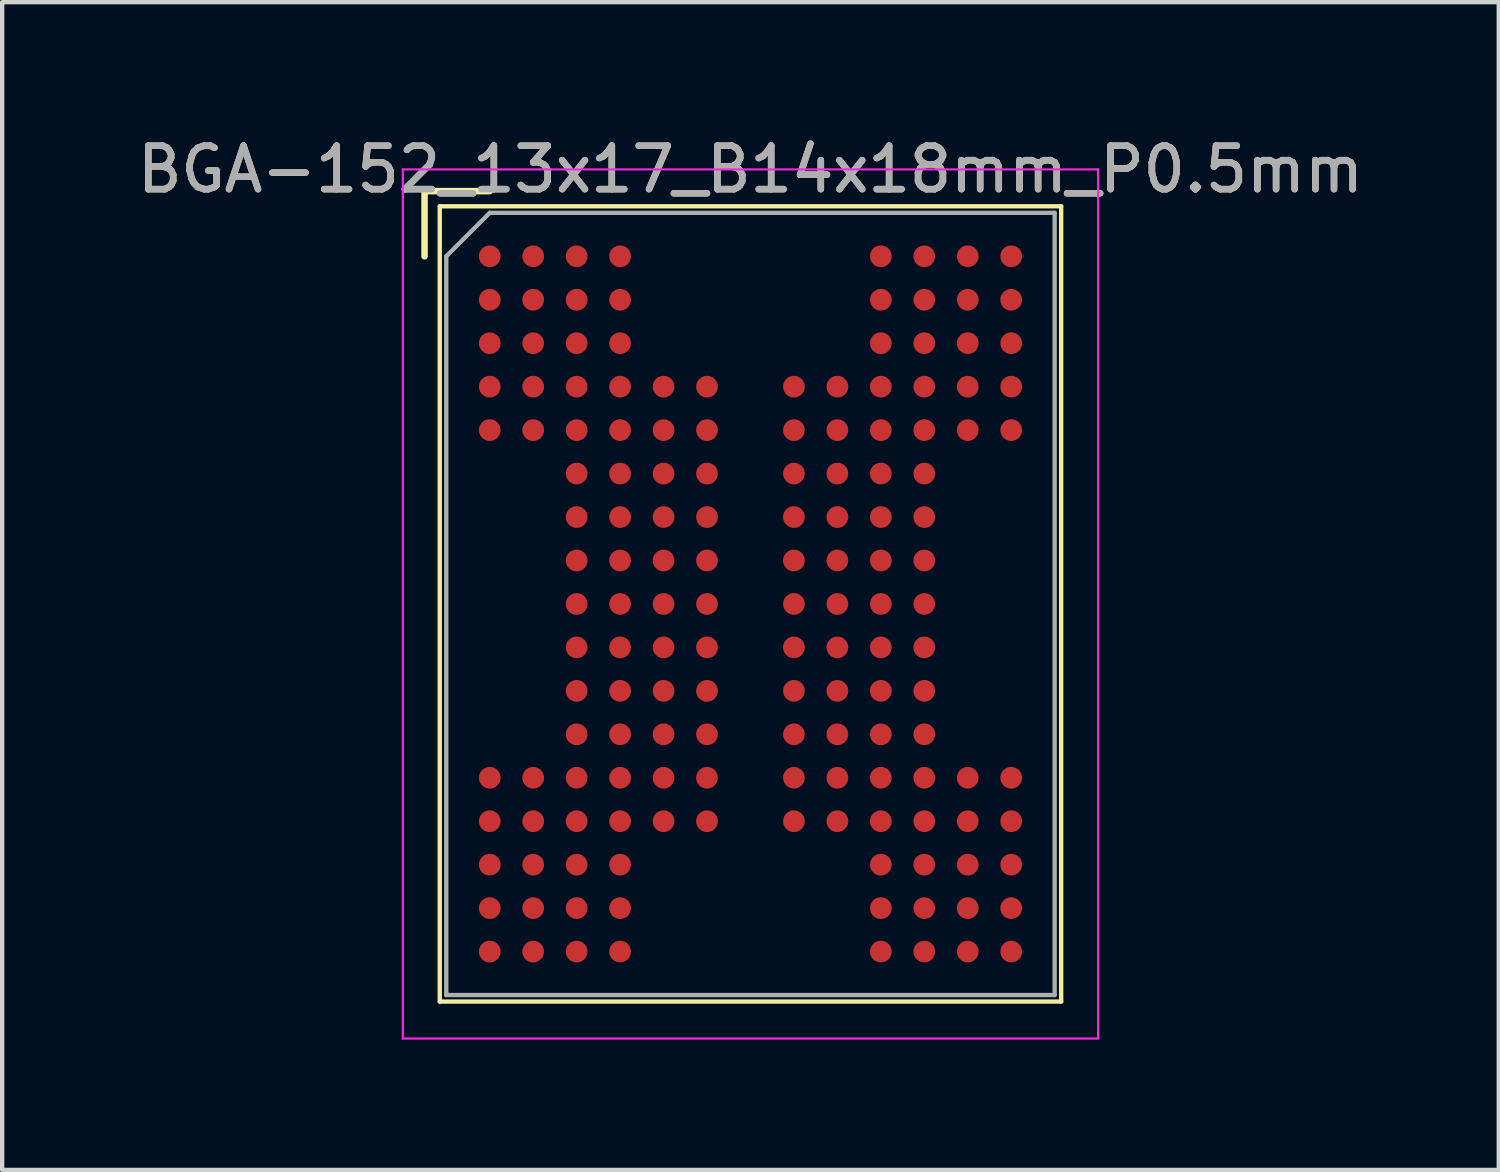
<source format=kicad_pcb>
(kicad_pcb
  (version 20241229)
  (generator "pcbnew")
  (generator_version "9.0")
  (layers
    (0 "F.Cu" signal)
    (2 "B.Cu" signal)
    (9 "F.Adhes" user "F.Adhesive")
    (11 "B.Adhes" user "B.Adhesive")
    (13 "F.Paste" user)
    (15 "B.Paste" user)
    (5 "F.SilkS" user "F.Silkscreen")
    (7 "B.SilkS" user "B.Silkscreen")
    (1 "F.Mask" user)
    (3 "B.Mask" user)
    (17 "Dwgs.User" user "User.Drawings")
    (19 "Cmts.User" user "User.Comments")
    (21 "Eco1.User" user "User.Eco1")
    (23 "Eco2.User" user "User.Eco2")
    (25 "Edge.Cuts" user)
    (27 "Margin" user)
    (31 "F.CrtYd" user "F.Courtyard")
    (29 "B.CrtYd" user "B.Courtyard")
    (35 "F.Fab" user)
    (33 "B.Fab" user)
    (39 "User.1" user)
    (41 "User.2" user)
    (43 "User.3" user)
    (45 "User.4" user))
  (footprint "BGA-152_13x17_B14x18mm_P0.5mm"
    (layer "F.Cu")
    (at 14.22 10.848)
    (property "Reference" "BGA-152_13x17_B14x18mm_P0.5mm" (at 0 -10 0) (layer "F.SilkS") (effects (font (size 1 1) (thickness 0.15))))
    (attr smd)
    (fp_line (start -7.5 -9.5) (end -6 -9.5) (stroke (width 0.15) (type solid)) (layer "F.SilkS"))
    (fp_line (start -7.5 -8) (end -7.5 -9.5) (stroke (width 0.15) (type solid)) (layer "F.SilkS"))
    (fp_line (start -7.15 -9.15) (end 7.15 -9.15) (stroke (width 0.1) (type solid)) (layer "F.SilkS"))
    (fp_line (start -7.15 9.15) (end -7.15 -9.15) (stroke (width 0.1) (type solid)) (layer "F.SilkS"))
    (fp_line (start 7.15 -9.15) (end 7.15 9.15) (stroke (width 0.1) (type solid)) (layer "F.SilkS"))
    (fp_line (start 7.15 9.15) (end -7.15 9.15) (stroke (width 0.1) (type solid)) (layer "F.SilkS"))
    (fp_line (start -8 -10) (end 8 -10) (stroke (width 0.05) (type solid)) (layer "F.CrtYd"))
    (fp_line (start -8 10) (end -8 -10) (stroke (width 0.05) (type solid)) (layer "F.CrtYd"))
    (fp_line (start 8 -10) (end 8 10) (stroke (width 0.05) (type solid)) (layer "F.CrtYd"))
    (fp_line (start 8 10) (end -8 10) (stroke (width 0.05) (type solid)) (layer "F.CrtYd"))
    (fp_line (start -7 -8) (end -7 9) (stroke (width 0.1) (type solid)) (layer "F.Fab"))
    (fp_line (start -7 9) (end 7 9) (stroke (width 0.1) (type solid)) (layer "F.Fab"))
    (fp_line (start -6 -9) (end -7 -8) (stroke (width 0.1) (type solid)) (layer "F.Fab"))
    (fp_line (start 7 -9) (end -6 -9) (stroke (width 0.1) (type solid)) (layer "F.Fab"))
    (fp_line (start 7 9) (end 7 -9) (stroke (width 0.1) (type solid)) (layer "F.Fab"))
    (fp_text user "${REFERENCE}" (at 0 -10 0) (layer "F.Fab") (effects (font (size 1 1) (thickness 0.15))))
    (pad "A1" smd circle (at -6 -8) (size 0.5 0.5) (layers "F.Cu" "F.Mask" "F.Paste"))
    (pad "A2" smd circle (at -5 -8) (size 0.5 0.5) (layers "F.Cu" "F.Mask" "F.Paste"))
    (pad "A3" smd circle (at -4 -8) (size 0.5 0.5) (layers "F.Cu" "F.Mask" "F.Paste"))
    (pad "A4" smd circle (at -3 -8) (size 0.5 0.5) (layers "F.Cu" "F.Mask" "F.Paste"))
    (pad "A10" smd circle (at 3 -8) (size 0.5 0.5) (layers "F.Cu" "F.Mask" "F.Paste"))
    (pad "A11" smd circle (at 4 -8) (size 0.5 0.5) (layers "F.Cu" "F.Mask" "F.Paste"))
    (pad "A12" smd circle (at 5 -8) (size 0.5 0.5) (layers "F.Cu" "F.Mask" "F.Paste"))
    (pad "A13" smd circle (at 6 -8) (size 0.5 0.5) (layers "F.Cu" "F.Mask" "F.Paste"))
    (pad "B1" smd circle (at -6 -7) (size 0.5 0.5) (layers "F.Cu" "F.Mask" "F.Paste"))
    (pad "B2" smd circle (at -5 -7) (size 0.5 0.5) (layers "F.Cu" "F.Mask" "F.Paste"))
    (pad "B3" smd circle (at -4 -7) (size 0.5 0.5) (layers "F.Cu" "F.Mask" "F.Paste"))
    (pad "B4" smd circle (at -3 -7) (size 0.5 0.5) (layers "F.Cu" "F.Mask" "F.Paste"))
    (pad "B10" smd circle (at 3 -7) (size 0.5 0.5) (layers "F.Cu" "F.Mask" "F.Paste"))
    (pad "B11" smd circle (at 4 -7) (size 0.5 0.5) (layers "F.Cu" "F.Mask" "F.Paste"))
    (pad "B12" smd circle (at 5 -7) (size 0.5 0.5) (layers "F.Cu" "F.Mask" "F.Paste"))
    (pad "B13" smd circle (at 6 -7) (size 0.5 0.5) (layers "F.Cu" "F.Mask" "F.Paste"))
    (pad "C1" smd circle (at -6 -6) (size 0.5 0.5) (layers "F.Cu" "F.Mask" "F.Paste"))
    (pad "C2" smd circle (at -5 -6) (size 0.5 0.5) (layers "F.Cu" "F.Mask" "F.Paste"))
    (pad "C3" smd circle (at -4 -6) (size 0.5 0.5) (layers "F.Cu" "F.Mask" "F.Paste"))
    (pad "C4" smd circle (at -3 -6) (size 0.5 0.5) (layers "F.Cu" "F.Mask" "F.Paste"))
    (pad "C10" smd circle (at 3 -6) (size 0.5 0.5) (layers "F.Cu" "F.Mask" "F.Paste"))
    (pad "C11" smd circle (at 4 -6) (size 0.5 0.5) (layers "F.Cu" "F.Mask" "F.Paste"))
    (pad "C12" smd circle (at 5 -6) (size 0.5 0.5) (layers "F.Cu" "F.Mask" "F.Paste"))
    (pad "C13" smd circle (at 6 -6) (size 0.5 0.5) (layers "F.Cu" "F.Mask" "F.Paste"))
    (pad "D1" smd circle (at -6 -5) (size 0.5 0.5) (layers "F.Cu" "F.Mask" "F.Paste"))
    (pad "D2" smd circle (at -5 -5) (size 0.5 0.5) (layers "F.Cu" "F.Mask" "F.Paste"))
    (pad "D3" smd circle (at -4 -5) (size 0.5 0.5) (layers "F.Cu" "F.Mask" "F.Paste"))
    (pad "D4" smd circle (at -3 -5) (size 0.5 0.5) (layers "F.Cu" "F.Mask" "F.Paste"))
    (pad "D5" smd circle (at -2 -5) (size 0.5 0.5) (layers "F.Cu" "F.Mask" "F.Paste"))
    (pad "D6" smd circle (at -1 -5) (size 0.5 0.5) (layers "F.Cu" "F.Mask" "F.Paste"))
    (pad "D8" smd circle (at 1 -5) (size 0.5 0.5) (layers "F.Cu" "F.Mask" "F.Paste"))
    (pad "D9" smd circle (at 2 -5) (size 0.5 0.5) (layers "F.Cu" "F.Mask" "F.Paste"))
    (pad "D10" smd circle (at 3 -5) (size 0.5 0.5) (layers "F.Cu" "F.Mask" "F.Paste"))
    (pad "D11" smd circle (at 4 -5) (size 0.5 0.5) (layers "F.Cu" "F.Mask" "F.Paste"))
    (pad "D12" smd circle (at 5 -5) (size 0.5 0.5) (layers "F.Cu" "F.Mask" "F.Paste"))
    (pad "D13" smd circle (at 6 -5) (size 0.5 0.5) (layers "F.Cu" "F.Mask" "F.Paste"))
    (pad "E1" smd circle (at -6 -4) (size 0.5 0.5) (layers "F.Cu" "F.Mask" "F.Paste"))
    (pad "E2" smd circle (at -5 -4) (size 0.5 0.5) (layers "F.Cu" "F.Mask" "F.Paste"))
    (pad "E3" smd circle (at -4 -4) (size 0.5 0.5) (layers "F.Cu" "F.Mask" "F.Paste"))
    (pad "E4" smd circle (at -3 -4) (size 0.5 0.5) (layers "F.Cu" "F.Mask" "F.Paste"))
    (pad "E5" smd circle (at -2 -4) (size 0.5 0.5) (layers "F.Cu" "F.Mask" "F.Paste"))
    (pad "E6" smd circle (at -1 -4) (size 0.5 0.5) (layers "F.Cu" "F.Mask" "F.Paste"))
    (pad "E8" smd circle (at 1 -4) (size 0.5 0.5) (layers "F.Cu" "F.Mask" "F.Paste"))
    (pad "E9" smd circle (at 2 -4) (size 0.5 0.5) (layers "F.Cu" "F.Mask" "F.Paste"))
    (pad "E10" smd circle (at 3 -4) (size 0.5 0.5) (layers "F.Cu" "F.Mask" "F.Paste"))
    (pad "E11" smd circle (at 4 -4) (size 0.5 0.5) (layers "F.Cu" "F.Mask" "F.Paste"))
    (pad "E12" smd circle (at 5 -4) (size 0.5 0.5) (layers "F.Cu" "F.Mask" "F.Paste"))
    (pad "E13" smd circle (at 6 -4) (size 0.5 0.5) (layers "F.Cu" "F.Mask" "F.Paste"))
    (pad "F3" smd circle (at -4 -3) (size 0.5 0.5) (layers "F.Cu" "F.Mask" "F.Paste"))
    (pad "F4" smd circle (at -3 -3) (size 0.5 0.5) (layers "F.Cu" "F.Mask" "F.Paste"))
    (pad "F5" smd circle (at -2 -3) (size 0.5 0.5) (layers "F.Cu" "F.Mask" "F.Paste"))
    (pad "F6" smd circle (at -1 -3) (size 0.5 0.5) (layers "F.Cu" "F.Mask" "F.Paste"))
    (pad "F8" smd circle (at 1 -3) (size 0.5 0.5) (layers "F.Cu" "F.Mask" "F.Paste"))
    (pad "F9" smd circle (at 2 -3) (size 0.5 0.5) (layers "F.Cu" "F.Mask" "F.Paste"))
    (pad "F10" smd circle (at 3 -3) (size 0.5 0.5) (layers "F.Cu" "F.Mask" "F.Paste"))
    (pad "F11" smd circle (at 4 -3) (size 0.5 0.5) (layers "F.Cu" "F.Mask" "F.Paste"))
    (pad "G3" smd circle (at -4 -2) (size 0.5 0.5) (layers "F.Cu" "F.Mask" "F.Paste"))
    (pad "G4" smd circle (at -3 -2) (size 0.5 0.5) (layers "F.Cu" "F.Mask" "F.Paste"))
    (pad "G5" smd circle (at -2 -2) (size 0.5 0.5) (layers "F.Cu" "F.Mask" "F.Paste"))
    (pad "G6" smd circle (at -1 -2) (size 0.5 0.5) (layers "F.Cu" "F.Mask" "F.Paste"))
    (pad "G8" smd circle (at 1 -2) (size 0.5 0.5) (layers "F.Cu" "F.Mask" "F.Paste"))
    (pad "G9" smd circle (at 2 -2) (size 0.5 0.5) (layers "F.Cu" "F.Mask" "F.Paste"))
    (pad "G10" smd circle (at 3 -2) (size 0.5 0.5) (layers "F.Cu" "F.Mask" "F.Paste"))
    (pad "G11" smd circle (at 4 -2) (size 0.5 0.5) (layers "F.Cu" "F.Mask" "F.Paste"))
    (pad "H3" smd circle (at -4 -1) (size 0.5 0.5) (layers "F.Cu" "F.Mask" "F.Paste"))
    (pad "H4" smd circle (at -3 -1) (size 0.5 0.5) (layers "F.Cu" "F.Mask" "F.Paste"))
    (pad "H5" smd circle (at -2 -1) (size 0.5 0.5) (layers "F.Cu" "F.Mask" "F.Paste"))
    (pad "H6" smd circle (at -1 -1) (size 0.5 0.5) (layers "F.Cu" "F.Mask" "F.Paste"))
    (pad "H8" smd circle (at 1 -1) (size 0.5 0.5) (layers "F.Cu" "F.Mask" "F.Paste"))
    (pad "H9" smd circle (at 2 -1) (size 0.5 0.5) (layers "F.Cu" "F.Mask" "F.Paste"))
    (pad "H10" smd circle (at 3 -1) (size 0.5 0.5) (layers "F.Cu" "F.Mask" "F.Paste"))
    (pad "H11" smd circle (at 4 -1) (size 0.5 0.5) (layers "F.Cu" "F.Mask" "F.Paste"))
    (pad "J3" smd circle (at -4 0) (size 0.5 0.5) (layers "F.Cu" "F.Mask" "F.Paste"))
    (pad "J4" smd circle (at -3 0) (size 0.5 0.5) (layers "F.Cu" "F.Mask" "F.Paste"))
    (pad "J5" smd circle (at -2 0) (size 0.5 0.5) (layers "F.Cu" "F.Mask" "F.Paste"))
    (pad "J6" smd circle (at -1 0) (size 0.5 0.5) (layers "F.Cu" "F.Mask" "F.Paste"))
    (pad "J8" smd circle (at 1 0) (size 0.5 0.5) (layers "F.Cu" "F.Mask" "F.Paste"))
    (pad "J9" smd circle (at 2 0) (size 0.5 0.5) (layers "F.Cu" "F.Mask" "F.Paste"))
    (pad "J10" smd circle (at 3 0) (size 0.5 0.5) (layers "F.Cu" "F.Mask" "F.Paste"))
    (pad "J11" smd circle (at 4 0) (size 0.5 0.5) (layers "F.Cu" "F.Mask" "F.Paste"))
    (pad "K3" smd circle (at -4 1) (size 0.5 0.5) (layers "F.Cu" "F.Mask" "F.Paste"))
    (pad "K4" smd circle (at -3 1) (size 0.5 0.5) (layers "F.Cu" "F.Mask" "F.Paste"))
    (pad "K5" smd circle (at -2 1) (size 0.5 0.5) (layers "F.Cu" "F.Mask" "F.Paste"))
    (pad "K6" smd circle (at -1 1) (size 0.5 0.5) (layers "F.Cu" "F.Mask" "F.Paste"))
    (pad "K8" smd circle (at 1 1) (size 0.5 0.5) (layers "F.Cu" "F.Mask" "F.Paste"))
    (pad "K9" smd circle (at 2 1) (size 0.5 0.5) (layers "F.Cu" "F.Mask" "F.Paste"))
    (pad "K10" smd circle (at 3 1) (size 0.5 0.5) (layers "F.Cu" "F.Mask" "F.Paste"))
    (pad "K11" smd circle (at 4 1) (size 0.5 0.5) (layers "F.Cu" "F.Mask" "F.Paste"))
    (pad "L3" smd circle (at -4 2) (size 0.5 0.5) (layers "F.Cu" "F.Mask" "F.Paste"))
    (pad "L4" smd circle (at -3 2) (size 0.5 0.5) (layers "F.Cu" "F.Mask" "F.Paste"))
    (pad "L5" smd circle (at -2 2) (size 0.5 0.5) (layers "F.Cu" "F.Mask" "F.Paste"))
    (pad "L6" smd circle (at -1 2) (size 0.5 0.5) (layers "F.Cu" "F.Mask" "F.Paste"))
    (pad "L8" smd circle (at 1 2) (size 0.5 0.5) (layers "F.Cu" "F.Mask" "F.Paste"))
    (pad "L9" smd circle (at 2 2) (size 0.5 0.5) (layers "F.Cu" "F.Mask" "F.Paste"))
    (pad "L10" smd circle (at 3 2) (size 0.5 0.5) (layers "F.Cu" "F.Mask" "F.Paste"))
    (pad "L11" smd circle (at 4 2) (size 0.5 0.5) (layers "F.Cu" "F.Mask" "F.Paste"))
    (pad "M3" smd circle (at -4 3) (size 0.5 0.5) (layers "F.Cu" "F.Mask" "F.Paste"))
    (pad "M4" smd circle (at -3 3) (size 0.5 0.5) (layers "F.Cu" "F.Mask" "F.Paste"))
    (pad "M5" smd circle (at -2 3) (size 0.5 0.5) (layers "F.Cu" "F.Mask" "F.Paste"))
    (pad "M6" smd circle (at -1 3) (size 0.5 0.5) (layers "F.Cu" "F.Mask" "F.Paste"))
    (pad "M8" smd circle (at 1 3) (size 0.5 0.5) (layers "F.Cu" "F.Mask" "F.Paste"))
    (pad "M9" smd circle (at 2 3) (size 0.5 0.5) (layers "F.Cu" "F.Mask" "F.Paste"))
    (pad "M10" smd circle (at 3 3) (size 0.5 0.5) (layers "F.Cu" "F.Mask" "F.Paste"))
    (pad "M11" smd circle (at 4 3) (size 0.5 0.5) (layers "F.Cu" "F.Mask" "F.Paste"))
    (pad "N1" smd circle (at -6 4) (size 0.5 0.5) (layers "F.Cu" "F.Mask" "F.Paste"))
    (pad "N2" smd circle (at -5 4) (size 0.5 0.5) (layers "F.Cu" "F.Mask" "F.Paste"))
    (pad "N3" smd circle (at -4 4) (size 0.5 0.5) (layers "F.Cu" "F.Mask" "F.Paste"))
    (pad "N4" smd circle (at -3 4) (size 0.5 0.5) (layers "F.Cu" "F.Mask" "F.Paste"))
    (pad "N5" smd circle (at -2 4) (size 0.5 0.5) (layers "F.Cu" "F.Mask" "F.Paste"))
    (pad "N6" smd circle (at -1 4) (size 0.5 0.5) (layers "F.Cu" "F.Mask" "F.Paste"))
    (pad "N8" smd circle (at 1 4) (size 0.5 0.5) (layers "F.Cu" "F.Mask" "F.Paste"))
    (pad "N9" smd circle (at 2 4) (size 0.5 0.5) (layers "F.Cu" "F.Mask" "F.Paste"))
    (pad "N10" smd circle (at 3 4) (size 0.5 0.5) (layers "F.Cu" "F.Mask" "F.Paste"))
    (pad "N11" smd circle (at 4 4) (size 0.5 0.5) (layers "F.Cu" "F.Mask" "F.Paste"))
    (pad "N12" smd circle (at 5 4) (size 0.5 0.5) (layers "F.Cu" "F.Mask" "F.Paste"))
    (pad "N13" smd circle (at 6 4) (size 0.5 0.5) (layers "F.Cu" "F.Mask" "F.Paste"))
    (pad "P1" smd circle (at -6 5) (size 0.5 0.5) (layers "F.Cu" "F.Mask" "F.Paste"))
    (pad "P2" smd circle (at -5 5) (size 0.5 0.5) (layers "F.Cu" "F.Mask" "F.Paste"))
    (pad "P3" smd circle (at -4 5) (size 0.5 0.5) (layers "F.Cu" "F.Mask" "F.Paste"))
    (pad "P4" smd circle (at -3 5) (size 0.5 0.5) (layers "F.Cu" "F.Mask" "F.Paste"))
    (pad "P5" smd circle (at -2 5) (size 0.5 0.5) (layers "F.Cu" "F.Mask" "F.Paste"))
    (pad "P6" smd circle (at -1 5) (size 0.5 0.5) (layers "F.Cu" "F.Mask" "F.Paste"))
    (pad "P8" smd circle (at 1 5) (size 0.5 0.5) (layers "F.Cu" "F.Mask" "F.Paste"))
    (pad "P9" smd circle (at 2 5) (size 0.5 0.5) (layers "F.Cu" "F.Mask" "F.Paste"))
    (pad "P10" smd circle (at 3 5) (size 0.5 0.5) (layers "F.Cu" "F.Mask" "F.Paste"))
    (pad "P11" smd circle (at 4 5) (size 0.5 0.5) (layers "F.Cu" "F.Mask" "F.Paste"))
    (pad "P12" smd circle (at 5 5) (size 0.5 0.5) (layers "F.Cu" "F.Mask" "F.Paste"))
    (pad "P13" smd circle (at 6 5) (size 0.5 0.5) (layers "F.Cu" "F.Mask" "F.Paste"))
    (pad "R1" smd circle (at -6 6) (size 0.5 0.5) (layers "F.Cu" "F.Mask" "F.Paste"))
    (pad "R2" smd circle (at -5 6) (size 0.5 0.5) (layers "F.Cu" "F.Mask" "F.Paste"))
    (pad "R3" smd circle (at -4 6) (size 0.5 0.5) (layers "F.Cu" "F.Mask" "F.Paste"))
    (pad "R4" smd circle (at -3 6) (size 0.5 0.5) (layers "F.Cu" "F.Mask" "F.Paste"))
    (pad "R10" smd circle (at 3 6) (size 0.5 0.5) (layers "F.Cu" "F.Mask" "F.Paste"))
    (pad "R11" smd circle (at 4 6) (size 0.5 0.5) (layers "F.Cu" "F.Mask" "F.Paste"))
    (pad "R12" smd circle (at 5 6) (size 0.5 0.5) (layers "F.Cu" "F.Mask" "F.Paste"))
    (pad "R13" smd circle (at 6 6) (size 0.5 0.5) (layers "F.Cu" "F.Mask" "F.Paste"))
    (pad "T1" smd circle (at -6 7) (size 0.5 0.5) (layers "F.Cu" "F.Mask" "F.Paste"))
    (pad "T2" smd circle (at -5 7) (size 0.5 0.5) (layers "F.Cu" "F.Mask" "F.Paste"))
    (pad "T3" smd circle (at -4 7) (size 0.5 0.5) (layers "F.Cu" "F.Mask" "F.Paste"))
    (pad "T4" smd circle (at -3 7) (size 0.5 0.5) (layers "F.Cu" "F.Mask" "F.Paste"))
    (pad "T10" smd circle (at 3 7) (size 0.5 0.5) (layers "F.Cu" "F.Mask" "F.Paste"))
    (pad "T11" smd circle (at 4 7) (size 0.5 0.5) (layers "F.Cu" "F.Mask" "F.Paste"))
    (pad "T12" smd circle (at 5 7) (size 0.5 0.5) (layers "F.Cu" "F.Mask" "F.Paste"))
    (pad "T13" smd circle (at 6 7) (size 0.5 0.5) (layers "F.Cu" "F.Mask" "F.Paste"))
    (pad "U1" smd circle (at -6 8) (size 0.5 0.5) (layers "F.Cu" "F.Mask" "F.Paste"))
    (pad "U2" smd circle (at -5 8) (size 0.5 0.5) (layers "F.Cu" "F.Mask" "F.Paste"))
    (pad "U3" smd circle (at -4 8) (size 0.5 0.5) (layers "F.Cu" "F.Mask" "F.Paste"))
    (pad "U4" smd circle (at -3 8) (size 0.5 0.5) (layers "F.Cu" "F.Mask" "F.Paste"))
    (pad "U10" smd circle (at 3 8) (size 0.5 0.5) (layers "F.Cu" "F.Mask" "F.Paste"))
    (pad "U11" smd circle (at 4 8) (size 0.5 0.5) (layers "F.Cu" "F.Mask" "F.Paste"))
    (pad "U12" smd circle (at 5 8) (size 0.5 0.5) (layers "F.Cu" "F.Mask" "F.Paste"))
    (pad "U13" smd circle (at 6 8) (size 0.5 0.5) (layers "F.Cu" "F.Mask" "F.Paste")))
  (gr_rect
    (start -3 -3)
    (end 31.44 23.873)
    (stroke (width 0.1) (type default))
    (fill no)
    (layer "Edge.Cuts")))
</source>
